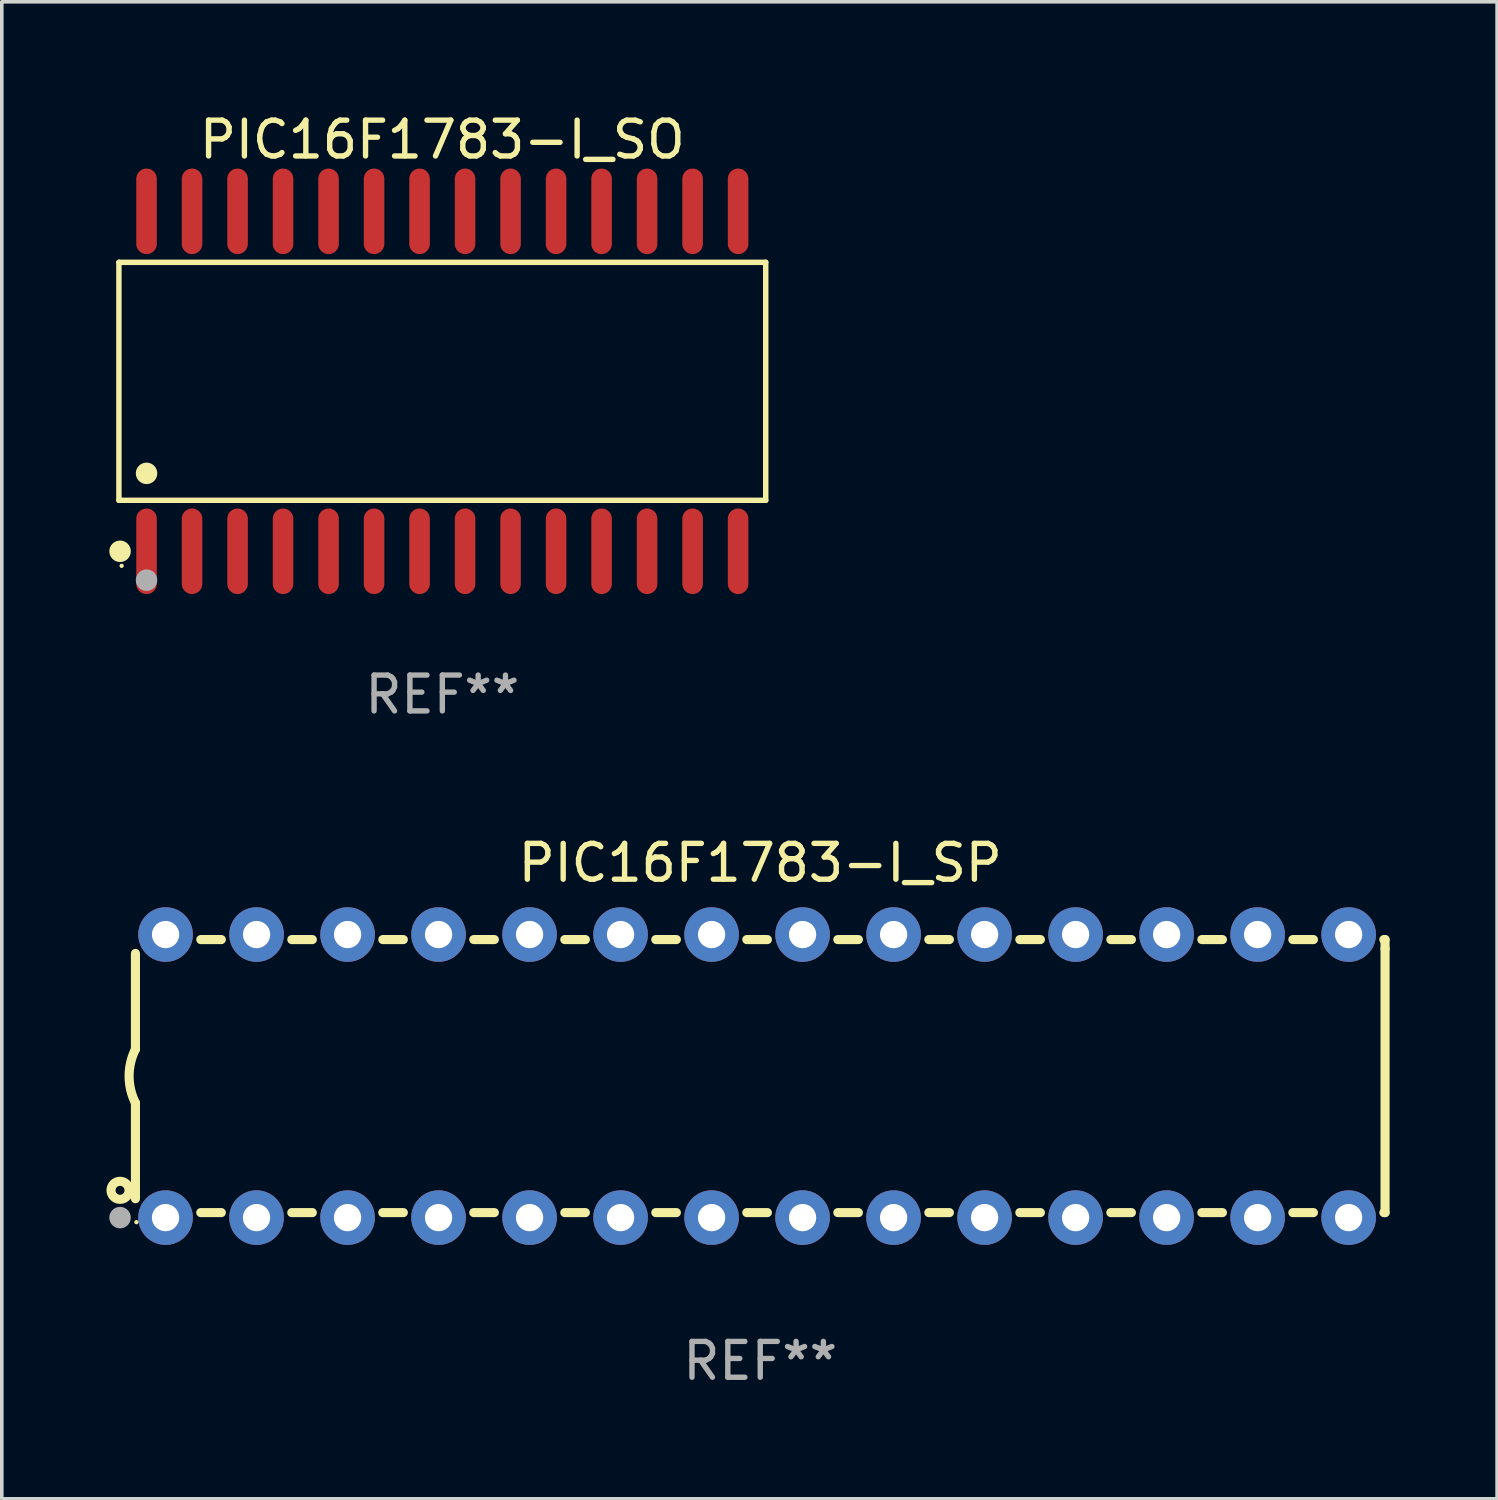
<source format=kicad_pcb>
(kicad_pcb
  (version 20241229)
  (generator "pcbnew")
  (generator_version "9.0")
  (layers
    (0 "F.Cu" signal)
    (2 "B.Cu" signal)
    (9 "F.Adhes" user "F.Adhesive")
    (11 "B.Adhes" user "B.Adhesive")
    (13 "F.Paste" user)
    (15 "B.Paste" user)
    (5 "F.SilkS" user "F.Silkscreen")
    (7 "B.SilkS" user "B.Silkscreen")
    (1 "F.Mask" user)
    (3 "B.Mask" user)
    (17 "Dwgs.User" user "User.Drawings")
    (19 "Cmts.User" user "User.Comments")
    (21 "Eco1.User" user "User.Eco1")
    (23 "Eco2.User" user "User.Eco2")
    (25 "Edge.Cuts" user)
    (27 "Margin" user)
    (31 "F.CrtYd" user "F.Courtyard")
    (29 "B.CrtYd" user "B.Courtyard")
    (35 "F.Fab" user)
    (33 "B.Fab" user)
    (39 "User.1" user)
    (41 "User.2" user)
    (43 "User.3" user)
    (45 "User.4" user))
  (footprint "PIC16F1783-I_SO"
    (layer "F.Cu")
    (at 9.295 7.592)
    (property "Reference" "PIC16F1783-I_SO" (at 0 -6.744 0) (layer "F.SilkS") (effects (font (size 1 1) (thickness 0.15))))
    (attr through_hole)
    (fp_line (start -9.026 -3.321) (end 9.026 -3.321) (stroke (width 0.152) (type solid)) (layer "F.SilkS"))
    (fp_line (start -9.026 3.321) (end -9.026 -3.321) (stroke (width 0.152) (type solid)) (layer "F.SilkS"))
    (fp_line (start 9.026 -3.321) (end 9.026 3.321) (stroke (width 0.152) (type solid)) (layer "F.SilkS"))
    (fp_line (start 9.026 3.321) (end -9.026 3.321) (stroke (width 0.152) (type solid)) (layer "F.SilkS"))
    (fp_circle (center -8.994 4.744) (end -8.844 4.744) (stroke (width 0.3) (type solid)) (fill no) (layer "F.SilkS"))
    (fp_circle (center -8.95 5.15) (end -8.92 5.15) (stroke (width 0.06) (type solid)) (fill no) (layer "F.SilkS"))
    (fp_circle (center -8.255 2.569) (end -8.105 2.569) (stroke (width 0.3) (type solid)) (fill no) (layer "F.SilkS"))
    (fp_circle (center -8.255 5.55) (end -8.105 5.55) (stroke (width 0.3) (type solid)) (fill no) (layer "F.Fab"))
    (fp_text user "REF**" (at 0 8.744 0) (layer "F.Fab") (effects (font (size 1 1) (thickness 0.15))))
    (pad "1" smd oval (at -8.255 4.744) (size 0.574 2.388) (layers "F.Cu" "F.Mask" "F.Paste"))
    (pad "2" smd oval (at -6.985 4.744) (size 0.574 2.388) (layers "F.Cu" "F.Mask" "F.Paste"))
    (pad "3" smd oval (at -5.715 4.744) (size 0.574 2.388) (layers "F.Cu" "F.Mask" "F.Paste"))
    (pad "4" smd oval (at -4.445 4.744) (size 0.574 2.388) (layers "F.Cu" "F.Mask" "F.Paste"))
    (pad "5" smd oval (at -3.175 4.744) (size 0.574 2.388) (layers "F.Cu" "F.Mask" "F.Paste"))
    (pad "6" smd oval (at -1.905 4.744) (size 0.574 2.388) (layers "F.Cu" "F.Mask" "F.Paste"))
    (pad "7" smd oval (at -0.635 4.744) (size 0.574 2.388) (layers "F.Cu" "F.Mask" "F.Paste"))
    (pad "8" smd oval (at 0.635 4.744) (size 0.574 2.388) (layers "F.Cu" "F.Mask" "F.Paste"))
    (pad "9" smd oval (at 1.905 4.744) (size 0.574 2.388) (layers "F.Cu" "F.Mask" "F.Paste"))
    (pad "10" smd oval (at 3.175 4.744) (size 0.574 2.388) (layers "F.Cu" "F.Mask" "F.Paste"))
    (pad "11" smd oval (at 4.445 4.744) (size 0.574 2.388) (layers "F.Cu" "F.Mask" "F.Paste"))
    (pad "12" smd oval (at 5.715 4.744) (size 0.574 2.388) (layers "F.Cu" "F.Mask" "F.Paste"))
    (pad "13" smd oval (at 6.985 4.744) (size 0.574 2.388) (layers "F.Cu" "F.Mask" "F.Paste"))
    (pad "14" smd oval (at 8.255 4.744) (size 0.574 2.388) (layers "F.Cu" "F.Mask" "F.Paste"))
    (pad "15" smd oval (at 8.255 -4.744) (size 0.574 2.388) (layers "F.Cu" "F.Mask" "F.Paste"))
    (pad "16" smd oval (at 6.985 -4.744) (size 0.574 2.388) (layers "F.Cu" "F.Mask" "F.Paste"))
    (pad "17" smd oval (at 5.715 -4.744) (size 0.574 2.388) (layers "F.Cu" "F.Mask" "F.Paste"))
    (pad "18" smd oval (at 4.445 -4.744) (size 0.574 2.388) (layers "F.Cu" "F.Mask" "F.Paste"))
    (pad "19" smd oval (at 3.175 -4.744) (size 0.574 2.388) (layers "F.Cu" "F.Mask" "F.Paste"))
    (pad "20" smd oval (at 1.905 -4.744) (size 0.574 2.388) (layers "F.Cu" "F.Mask" "F.Paste"))
    (pad "21" smd oval (at 0.635 -4.744) (size 0.574 2.388) (layers "F.Cu" "F.Mask" "F.Paste"))
    (pad "22" smd oval (at -0.635 -4.744) (size 0.574 2.388) (layers "F.Cu" "F.Mask" "F.Paste"))
    (pad "23" smd oval (at -1.905 -4.744) (size 0.574 2.388) (layers "F.Cu" "F.Mask" "F.Paste"))
    (pad "24" smd oval (at -3.175 -4.744) (size 0.574 2.388) (layers "F.Cu" "F.Mask" "F.Paste"))
    (pad "25" smd oval (at -4.445 -4.744) (size 0.574 2.388) (layers "F.Cu" "F.Mask" "F.Paste"))
    (pad "26" smd oval (at -5.715 -4.744) (size 0.574 2.388) (layers "F.Cu" "F.Mask" "F.Paste"))
    (pad "27" smd oval (at -6.985 -4.744) (size 0.574 2.388) (layers "F.Cu" "F.Mask" "F.Paste"))
    (pad "28" smd oval (at -8.255 -4.744) (size 0.574 2.388) (layers "F.Cu" "F.Mask" "F.Paste")))
  (footprint "PIC16F1783-I_SP"
    (layer "F.Cu")
    (at 18.168 26.983)
    (property "Reference" "PIC16F1783-I_SP" (at 0 -5.95 0) (layer "F.SilkS") (effects (font (size 1 1) (thickness 0.15))))
    (attr through_hole)
    (fp_line (start -17.438 0.75) (end -17.438 3.423) (stroke (width 0.254) (type solid)) (layer "F.SilkS"))
    (fp_line (start -17.438 -3.423) (end -17.438 -0.75) (stroke (width 0.254) (type solid)) (layer "F.SilkS"))
    (fp_line (start -15.615 3.81) (end -15.041 3.81) (stroke (width 0.254) (type solid)) (layer "F.SilkS"))
    (fp_line (start -15.041 -3.81) (end -15.614 -3.81) (stroke (width 0.254) (type solid)) (layer "F.SilkS"))
    (fp_line (start -13.075 3.81) (end -12.501 3.81) (stroke (width 0.254) (type solid)) (layer "F.SilkS"))
    (fp_line (start -12.501 -3.81) (end -13.074 -3.81) (stroke (width 0.254) (type solid)) (layer "F.SilkS"))
    (fp_line (start -10.535 3.81) (end -9.961 3.81) (stroke (width 0.254) (type solid)) (layer "F.SilkS"))
    (fp_line (start -9.961 -3.81) (end -10.534 -3.81) (stroke (width 0.254) (type solid)) (layer "F.SilkS"))
    (fp_line (start -7.995 3.81) (end -7.421 3.81) (stroke (width 0.254) (type solid)) (layer "F.SilkS"))
    (fp_line (start -7.421 -3.81) (end -7.995 -3.81) (stroke (width 0.254) (type solid)) (layer "F.SilkS"))
    (fp_line (start -5.455 3.81) (end -4.881 3.81) (stroke (width 0.254) (type solid)) (layer "F.SilkS"))
    (fp_line (start -4.881 -3.81) (end -5.455 -3.81) (stroke (width 0.254) (type solid)) (layer "F.SilkS"))
    (fp_line (start -2.915 3.81) (end -2.341 3.81) (stroke (width 0.254) (type solid)) (layer "F.SilkS"))
    (fp_line (start -2.341 -3.81) (end -2.915 -3.81) (stroke (width 0.254) (type solid)) (layer "F.SilkS"))
    (fp_line (start -0.375 3.81) (end 0.199 3.81) (stroke (width 0.254) (type solid)) (layer "F.SilkS"))
    (fp_line (start 0.199 -3.81) (end -0.375 -3.81) (stroke (width 0.254) (type solid)) (layer "F.SilkS"))
    (fp_line (start 2.165 3.81) (end 2.739 3.81) (stroke (width 0.254) (type solid)) (layer "F.SilkS"))
    (fp_line (start 2.739 -3.81) (end 2.165 -3.81) (stroke (width 0.254) (type solid)) (layer "F.SilkS"))
    (fp_line (start 4.705 3.81) (end 5.279 3.81) (stroke (width 0.254) (type solid)) (layer "F.SilkS"))
    (fp_line (start 5.279 -3.81) (end 4.705 -3.81) (stroke (width 0.254) (type solid)) (layer "F.SilkS"))
    (fp_line (start 7.245 3.81) (end 7.819 3.81) (stroke (width 0.254) (type solid)) (layer "F.SilkS"))
    (fp_line (start 7.819 -3.81) (end 7.245 -3.81) (stroke (width 0.254) (type solid)) (layer "F.SilkS"))
    (fp_line (start 9.785 3.81) (end 10.359 3.81) (stroke (width 0.254) (type solid)) (layer "F.SilkS"))
    (fp_line (start 10.359 -3.81) (end 9.785 -3.81) (stroke (width 0.254) (type solid)) (layer "F.SilkS"))
    (fp_line (start 12.325 3.81) (end 12.899 3.81) (stroke (width 0.254) (type solid)) (layer "F.SilkS"))
    (fp_line (start 12.899 -3.81) (end 12.325 -3.81) (stroke (width 0.254) (type solid)) (layer "F.SilkS"))
    (fp_line (start 14.865 3.81) (end 15.439 3.81) (stroke (width 0.254) (type solid)) (layer "F.SilkS"))
    (fp_line (start 15.439 -3.81) (end 14.865 -3.81) (stroke (width 0.254) (type solid)) (layer "F.SilkS"))
    (fp_line (start 17.405 3.81) (end 17.438 3.81) (stroke (width 0.254) (type solid)) (layer "F.SilkS"))
    (fp_line (start 17.438 -3.81) (end 17.405 -3.81) (stroke (width 0.254) (type solid)) (layer "F.SilkS"))
    (fp_line (start 17.438 -3.556) (end 17.438 -3.81) (stroke (width 0.254) (type solid)) (layer "F.SilkS"))
    (fp_line (start 17.438 3.81) (end 17.438 -3.556) (stroke (width 0.254) (type solid)) (layer "F.SilkS"))
    (fp_arc (start -17.437986 0.749657) (mid -17.614887 -0.000024) (end -17.437783 -0.749657) (stroke (width 0.254001) (type solid)) (layer "F.SilkS"))
    (fp_circle (center -17.868 3.188) (end -17.743 3.188) (stroke (width 0.254) (type solid)) (fill no) (layer "F.SilkS"))
    (fp_circle (center -17.411 4.077) (end -17.381 4.077) (stroke (width 0.06) (type solid)) (fill no) (layer "F.SilkS"))
    (fp_circle (center -17.868 3.95) (end -17.718 3.95) (stroke (width 0.3) (type solid)) (fill no) (layer "F.Fab"))
    (fp_text user "REF**" (at 0 7.95 0) (layer "F.Fab") (effects (font (size 1 1) (thickness 0.15))))
    (pad "1" thru_hole circle (at -16.598 3.95) (size 1.524 1.524) (drill 0.762) (layers "*.Cu" "*.Mask"))
    (pad "2" thru_hole circle (at -14.058 3.95) (size 1.524 1.524) (drill 0.762) (layers "*.Cu" "*.Mask"))
    (pad "3" thru_hole circle (at -11.518 3.95) (size 1.524 1.524) (drill 0.762) (layers "*.Cu" "*.Mask"))
    (pad "4" thru_hole circle (at -8.978 3.95) (size 1.524 1.524) (drill 0.762) (layers "*.Cu" "*.Mask"))
    (pad "5" thru_hole circle (at -6.438 3.95) (size 1.524 1.524) (drill 0.762) (layers "*.Cu" "*.Mask"))
    (pad "6" thru_hole circle (at -3.898 3.95) (size 1.524 1.524) (drill 0.762) (layers "*.Cu" "*.Mask"))
    (pad "7" thru_hole circle (at -1.358 3.95) (size 1.524 1.524) (drill 0.762) (layers "*.Cu" "*.Mask"))
    (pad "8" thru_hole circle (at 1.182 3.95) (size 1.524 1.524) (drill 0.762) (layers "*.Cu" "*.Mask"))
    (pad "9" thru_hole circle (at 3.722 3.95) (size 1.524 1.524) (drill 0.762) (layers "*.Cu" "*.Mask"))
    (pad "10" thru_hole circle (at 6.262 3.95) (size 1.524 1.524) (drill 0.762) (layers "*.Cu" "*.Mask"))
    (pad "11" thru_hole circle (at 8.802 3.95) (size 1.524 1.524) (drill 0.762) (layers "*.Cu" "*.Mask"))
    (pad "12" thru_hole circle (at 11.342 3.95) (size 1.524 1.524) (drill 0.762) (layers "*.Cu" "*.Mask"))
    (pad "13" thru_hole circle (at 13.882 3.95) (size 1.524 1.524) (drill 0.762) (layers "*.Cu" "*.Mask"))
    (pad "14" thru_hole circle (at 16.422 3.95) (size 1.524 1.524) (drill 0.762) (layers "*.Cu" "*.Mask"))
    (pad "15" thru_hole circle (at 16.422 -3.95) (size 1.524 1.524) (drill 0.762) (layers "*.Cu" "*.Mask"))
    (pad "16" thru_hole circle (at 13.882 -3.95) (size 1.524 1.524) (drill 0.762) (layers "*.Cu" "*.Mask"))
    (pad "17" thru_hole circle (at 11.342 -3.95) (size 1.524 1.524) (drill 0.762) (layers "*.Cu" "*.Mask"))
    (pad "18" thru_hole circle (at 8.802 -3.95) (size 1.524 1.524) (drill 0.762) (layers "*.Cu" "*.Mask"))
    (pad "19" thru_hole circle (at 6.262 -3.95) (size 1.524 1.524) (drill 0.762) (layers "*.Cu" "*.Mask"))
    (pad "20" thru_hole circle (at 3.722 -3.95) (size 1.524 1.524) (drill 0.762) (layers "*.Cu" "*.Mask"))
    (pad "21" thru_hole circle (at 1.182 -3.95) (size 1.524 1.524) (drill 0.762) (layers "*.Cu" "*.Mask"))
    (pad "22" thru_hole circle (at -1.358 -3.95) (size 1.524 1.524) (drill 0.762) (layers "*.Cu" "*.Mask"))
    (pad "23" thru_hole circle (at -3.898 -3.95) (size 1.524 1.524) (drill 0.762) (layers "*.Cu" "*.Mask"))
    (pad "24" thru_hole circle (at -6.438 -3.95) (size 1.524 1.524) (drill 0.762) (layers "*.Cu" "*.Mask"))
    (pad "25" thru_hole circle (at -8.978 -3.95) (size 1.524 1.524) (drill 0.762) (layers "*.Cu" "*.Mask"))
    (pad "26" thru_hole circle (at -11.517 -3.95) (size 1.524 1.524) (drill 0.762) (layers "*.Cu" "*.Mask"))
    (pad "27" thru_hole circle (at -14.057 -3.95) (size 1.524 1.524) (drill 0.762) (layers "*.Cu" "*.Mask"))
    (pad "28" thru_hole circle (at -16.597 -3.95) (size 1.524 1.524) (drill 0.762) (layers "*.Cu" "*.Mask")))
  (gr_rect
    (start -3 -3)
    (end 38.733 38.781)
    (stroke (width 0.1) (type default))
    (fill no)
    (layer "Edge.Cuts")))
</source>
